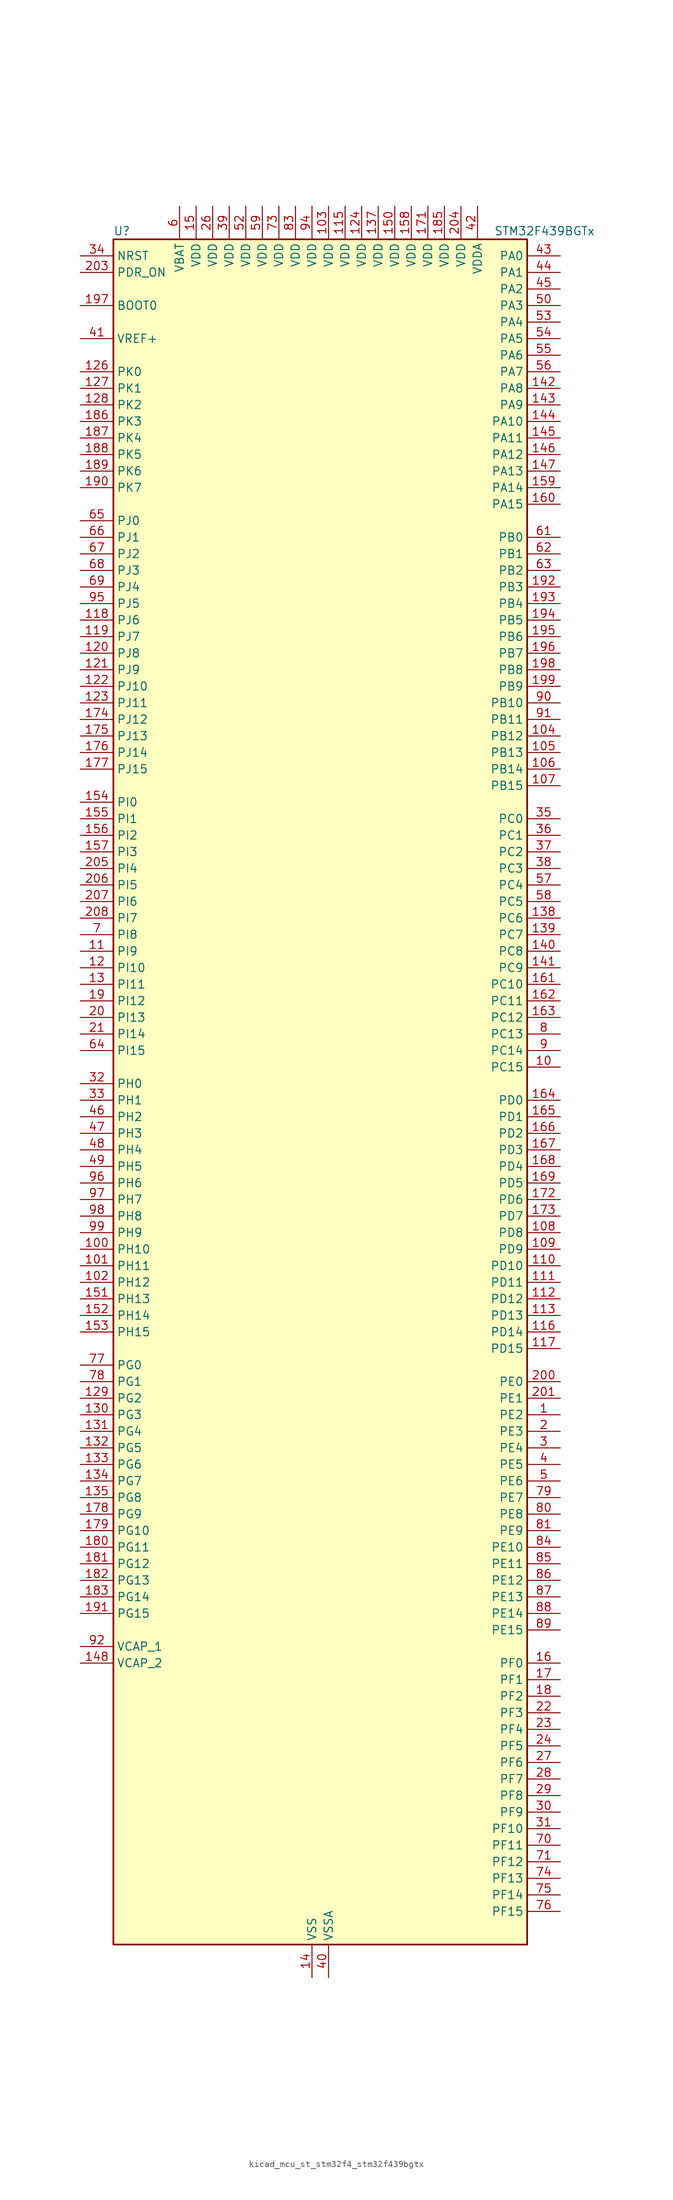
<source format=kicad_sym>
(kicad_symbol_lib
  (version 20220914)
  (generator kicad_symbol_editor)
  (symbol "kicad_mcu_st_stm32f4_stm32f439bgtx"
    (property "Reference" "U"
      (at -30.48 133.35 0)
      (effects (font (size 1.27 1.27)) (justify left)))
    (property "Value" "STM32F439BGTx"
      (at 27.94 133.35 0)
      (effects (font (size 1.27 1.27)) (justify left)))
    (property "ki_locked" ""
      (at 0 0 0)
      (effects (font (size 1.27 1.27))))
    (symbol "kicad_mcu_st_stm32f4_stm32f439bgtx_0_1"
      (rectangle (start -30.48 -129.54) (end 33.02 132.08) (stroke (width 0.254) (type default)) (fill (type background))))
    (symbol "kicad_mcu_st_stm32f4_stm32f439bgtx_1_1"
      (pin bidirectional line (at 38.1 -48.26 180) (length 5.08) (name "PE2" (effects (font (size 1.27 1.27)))) (number "1" (effects (font (size 1.27 1.27)))) (alternate "ETH_TXD3" bidirectional line) (alternate "FMC_A23" bidirectional line) (alternate "SAI1_MCLK_A" bidirectional line) (alternate "SPI4_SCK" bidirectional line) (alternate "SYS_TRACECLK" bidirectional line))
      (pin bidirectional line (at 38.1 5.08 180) (length 5.08) (name "PC15" (effects (font (size 1.27 1.27)))) (number "10" (effects (font (size 1.27 1.27)))) (alternate "ADC1_EXTI15" bidirectional line) (alternate "ADC2_EXTI15" bidirectional line) (alternate "ADC3_EXTI15" bidirectional line) (alternate "RCC_OSC32_OUT" bidirectional line))
      (pin bidirectional line (at -35.56 -22.86 0) (length 5.08) (name "PH10" (effects (font (size 1.27 1.27)))) (number "100" (effects (font (size 1.27 1.27)))) (alternate "DCMI_D1" bidirectional line) (alternate "FMC_D18" bidirectional line) (alternate "LTDC_R4" bidirectional line) (alternate "TIM5_CH1" bidirectional line))
      (pin bidirectional line (at -35.56 -25.4 0) (length 5.08) (name "PH11" (effects (font (size 1.27 1.27)))) (number "101" (effects (font (size 1.27 1.27)))) (alternate "ADC1_EXTI11" bidirectional line) (alternate "ADC2_EXTI11" bidirectional line) (alternate "ADC3_EXTI11" bidirectional line) (alternate "DCMI_D2" bidirectional line) (alternate "FMC_D19" bidirectional line) (alternate "LTDC_R5" bidirectional line) (alternate "TIM5_CH2" bidirectional line))
      (pin bidirectional line (at -35.56 -27.94 0) (length 5.08) (name "PH12" (effects (font (size 1.27 1.27)))) (number "102" (effects (font (size 1.27 1.27)))) (alternate "DCMI_D3" bidirectional line) (alternate "FMC_D20" bidirectional line) (alternate "LTDC_R6" bidirectional line) (alternate "TIM5_CH3" bidirectional line))
      (pin power_in line (at 2.54 137.16 270) (length 5.08) (name "VDD" (effects (font (size 1.27 1.27)))) (number "103" (effects (font (size 1.27 1.27)))))
      (pin bidirectional line (at 38.1 55.88 180) (length 5.08) (name "PB12" (effects (font (size 1.27 1.27)))) (number "104" (effects (font (size 1.27 1.27)))) (alternate "CAN2_RX" bidirectional line) (alternate "ETH_TXD0" bidirectional line) (alternate "I2C2_SMBA" bidirectional line) (alternate "I2S2_WS" bidirectional line) (alternate "SPI2_NSS" bidirectional line) (alternate "TIM1_BKIN" bidirectional line) (alternate "USART3_CK" bidirectional line) (alternate "USB_OTG_HS_ID" bidirectional line) (alternate "USB_OTG_HS_ULPI_D5" bidirectional line))
      (pin bidirectional line (at 38.1 53.34 180) (length 5.08) (name "PB13" (effects (font (size 1.27 1.27)))) (number "105" (effects (font (size 1.27 1.27)))) (alternate "CAN2_TX" bidirectional line) (alternate "ETH_TXD1" bidirectional line) (alternate "I2S2_CK" bidirectional line) (alternate "SPI2_SCK" bidirectional line) (alternate "TIM1_CH1N" bidirectional line) (alternate "USART3_CTS" bidirectional line) (alternate "USB_OTG_HS_ULPI_D6" bidirectional line) (alternate "USB_OTG_HS_VBUS" bidirectional line))
      (pin bidirectional line (at 38.1 50.8 180) (length 5.08) (name "PB14" (effects (font (size 1.27 1.27)))) (number "106" (effects (font (size 1.27 1.27)))) (alternate "I2S2_ext_SD" bidirectional line) (alternate "SPI2_MISO" bidirectional line) (alternate "TIM12_CH1" bidirectional line) (alternate "TIM1_CH2N" bidirectional line) (alternate "TIM8_CH2N" bidirectional line) (alternate "USART3_RTS" bidirectional line) (alternate "USB_OTG_HS_DM" bidirectional line))
      (pin bidirectional line (at 38.1 48.26 180) (length 5.08) (name "PB15" (effects (font (size 1.27 1.27)))) (number "107" (effects (font (size 1.27 1.27)))) (alternate "ADC1_EXTI15" bidirectional line) (alternate "ADC2_EXTI15" bidirectional line) (alternate "ADC3_EXTI15" bidirectional line) (alternate "I2S2_SD" bidirectional line) (alternate "RTC_REFIN" bidirectional line) (alternate "SPI2_MOSI" bidirectional line) (alternate "TIM12_CH2" bidirectional line) (alternate "TIM1_CH3N" bidirectional line) (alternate "TIM8_CH3N" bidirectional line) (alternate "USB_OTG_HS_DP" bidirectional line))
      (pin bidirectional line (at 38.1 -20.32 180) (length 5.08) (name "PD8" (effects (font (size 1.27 1.27)))) (number "108" (effects (font (size 1.27 1.27)))) (alternate "FMC_D13" bidirectional line) (alternate "FMC_DA13" bidirectional line) (alternate "USART3_TX" bidirectional line))
      (pin bidirectional line (at 38.1 -22.86 180) (length 5.08) (name "PD9" (effects (font (size 1.27 1.27)))) (number "109" (effects (font (size 1.27 1.27)))) (alternate "DAC_EXTI9" bidirectional line) (alternate "FMC_D14" bidirectional line) (alternate "FMC_DA14" bidirectional line) (alternate "USART3_RX" bidirectional line))
      (pin bidirectional line (at -35.56 22.86 0) (length 5.08) (name "PI9" (effects (font (size 1.27 1.27)))) (number "11" (effects (font (size 1.27 1.27)))) (alternate "CAN1_RX" bidirectional line) (alternate "DAC_EXTI9" bidirectional line) (alternate "FMC_D30" bidirectional line) (alternate "LTDC_VSYNC" bidirectional line))
      (pin bidirectional line (at 38.1 -25.4 180) (length 5.08) (name "PD10" (effects (font (size 1.27 1.27)))) (number "110" (effects (font (size 1.27 1.27)))) (alternate "FMC_D15" bidirectional line) (alternate "FMC_DA15" bidirectional line) (alternate "LTDC_B3" bidirectional line) (alternate "USART3_CK" bidirectional line))
      (pin bidirectional line (at 38.1 -27.94 180) (length 5.08) (name "PD11" (effects (font (size 1.27 1.27)))) (number "111" (effects (font (size 1.27 1.27)))) (alternate "ADC1_EXTI11" bidirectional line) (alternate "ADC2_EXTI11" bidirectional line) (alternate "ADC3_EXTI11" bidirectional line) (alternate "FMC_A16" bidirectional line) (alternate "FMC_CLE" bidirectional line) (alternate "USART3_CTS" bidirectional line))
      (pin bidirectional line (at 38.1 -30.48 180) (length 5.08) (name "PD12" (effects (font (size 1.27 1.27)))) (number "112" (effects (font (size 1.27 1.27)))) (alternate "FMC_A17" bidirectional line) (alternate "FMC_ALE" bidirectional line) (alternate "TIM4_CH1" bidirectional line) (alternate "USART3_RTS" bidirectional line))
      (pin bidirectional line (at 38.1 -33.02 180) (length 5.08) (name "PD13" (effects (font (size 1.27 1.27)))) (number "113" (effects (font (size 1.27 1.27)))) (alternate "FMC_A18" bidirectional line) (alternate "TIM4_CH2" bidirectional line))
      (pin passive line (at 0 -134.62 90) (length 5.08) hide (name "VSS" (effects (font (size 1.27 1.27)))) (number "114" (effects (font (size 1.27 1.27)))))
      (pin power_in line (at 5.08 137.16 270) (length 5.08) (name "VDD" (effects (font (size 1.27 1.27)))) (number "115" (effects (font (size 1.27 1.27)))))
      (pin bidirectional line (at 38.1 -35.56 180) (length 5.08) (name "PD14" (effects (font (size 1.27 1.27)))) (number "116" (effects (font (size 1.27 1.27)))) (alternate "FMC_D0" bidirectional line) (alternate "FMC_DA0" bidirectional line) (alternate "TIM4_CH3" bidirectional line))
      (pin bidirectional line (at 38.1 -38.1 180) (length 5.08) (name "PD15" (effects (font (size 1.27 1.27)))) (number "117" (effects (font (size 1.27 1.27)))) (alternate "ADC1_EXTI15" bidirectional line) (alternate "ADC2_EXTI15" bidirectional line) (alternate "ADC3_EXTI15" bidirectional line) (alternate "FMC_D1" bidirectional line) (alternate "FMC_DA1" bidirectional line) (alternate "TIM4_CH4" bidirectional line))
      (pin bidirectional line (at -35.56 73.66 0) (length 5.08) (name "PJ6" (effects (font (size 1.27 1.27)))) (number "118" (effects (font (size 1.27 1.27)))) (alternate "LTDC_R7" bidirectional line))
      (pin bidirectional line (at -35.56 71.12 0) (length 5.08) (name "PJ7" (effects (font (size 1.27 1.27)))) (number "119" (effects (font (size 1.27 1.27)))) (alternate "LTDC_G0" bidirectional line))
      (pin bidirectional line (at -35.56 20.32 0) (length 5.08) (name "PI10" (effects (font (size 1.27 1.27)))) (number "12" (effects (font (size 1.27 1.27)))) (alternate "ETH_RX_ER" bidirectional line) (alternate "FMC_D31" bidirectional line) (alternate "LTDC_HSYNC" bidirectional line))
      (pin bidirectional line (at -35.56 68.58 0) (length 5.08) (name "PJ8" (effects (font (size 1.27 1.27)))) (number "120" (effects (font (size 1.27 1.27)))) (alternate "LTDC_G1" bidirectional line))
      (pin bidirectional line (at -35.56 66.04 0) (length 5.08) (name "PJ9" (effects (font (size 1.27 1.27)))) (number "121" (effects (font (size 1.27 1.27)))) (alternate "DAC_EXTI9" bidirectional line) (alternate "LTDC_G2" bidirectional line))
      (pin bidirectional line (at -35.56 63.5 0) (length 5.08) (name "PJ10" (effects (font (size 1.27 1.27)))) (number "122" (effects (font (size 1.27 1.27)))) (alternate "LTDC_G3" bidirectional line))
      (pin bidirectional line (at -35.56 60.96 0) (length 5.08) (name "PJ11" (effects (font (size 1.27 1.27)))) (number "123" (effects (font (size 1.27 1.27)))) (alternate "ADC1_EXTI11" bidirectional line) (alternate "ADC2_EXTI11" bidirectional line) (alternate "ADC3_EXTI11" bidirectional line) (alternate "LTDC_G4" bidirectional line))
      (pin power_in line (at 7.62 137.16 270) (length 5.08) (name "VDD" (effects (font (size 1.27 1.27)))) (number "124" (effects (font (size 1.27 1.27)))))
      (pin passive line (at 0 -134.62 90) (length 5.08) hide (name "VSS" (effects (font (size 1.27 1.27)))) (number "125" (effects (font (size 1.27 1.27)))))
      (pin bidirectional line (at -35.56 111.76 0) (length 5.08) (name "PK0" (effects (font (size 1.27 1.27)))) (number "126" (effects (font (size 1.27 1.27)))) (alternate "LTDC_G5" bidirectional line))
      (pin bidirectional line (at -35.56 109.22 0) (length 5.08) (name "PK1" (effects (font (size 1.27 1.27)))) (number "127" (effects (font (size 1.27 1.27)))) (alternate "LTDC_G6" bidirectional line))
      (pin bidirectional line (at -35.56 106.68 0) (length 5.08) (name "PK2" (effects (font (size 1.27 1.27)))) (number "128" (effects (font (size 1.27 1.27)))) (alternate "LTDC_G7" bidirectional line))
      (pin bidirectional line (at -35.56 -45.72 0) (length 5.08) (name "PG2" (effects (font (size 1.27 1.27)))) (number "129" (effects (font (size 1.27 1.27)))) (alternate "FMC_A12" bidirectional line))
      (pin bidirectional line (at -35.56 17.78 0) (length 5.08) (name "PI11" (effects (font (size 1.27 1.27)))) (number "13" (effects (font (size 1.27 1.27)))) (alternate "ADC1_EXTI11" bidirectional line) (alternate "ADC2_EXTI11" bidirectional line) (alternate "ADC3_EXTI11" bidirectional line) (alternate "USB_OTG_HS_ULPI_DIR" bidirectional line))
      (pin bidirectional line (at -35.56 -48.26 0) (length 5.08) (name "PG3" (effects (font (size 1.27 1.27)))) (number "130" (effects (font (size 1.27 1.27)))) (alternate "FMC_A13" bidirectional line))
      (pin bidirectional line (at -35.56 -50.8 0) (length 5.08) (name "PG4" (effects (font (size 1.27 1.27)))) (number "131" (effects (font (size 1.27 1.27)))) (alternate "FMC_A14" bidirectional line) (alternate "FMC_BA0" bidirectional line))
      (pin bidirectional line (at -35.56 -53.34 0) (length 5.08) (name "PG5" (effects (font (size 1.27 1.27)))) (number "132" (effects (font (size 1.27 1.27)))) (alternate "FMC_A15" bidirectional line) (alternate "FMC_BA1" bidirectional line))
      (pin bidirectional line (at -35.56 -55.88 0) (length 5.08) (name "PG6" (effects (font (size 1.27 1.27)))) (number "133" (effects (font (size 1.27 1.27)))) (alternate "DCMI_D12" bidirectional line) (alternate "FMC_INT2" bidirectional line) (alternate "LTDC_R7" bidirectional line))
      (pin bidirectional line (at -35.56 -58.42 0) (length 5.08) (name "PG7" (effects (font (size 1.27 1.27)))) (number "134" (effects (font (size 1.27 1.27)))) (alternate "DCMI_D13" bidirectional line) (alternate "FMC_INT3" bidirectional line) (alternate "LTDC_CLK" bidirectional line) (alternate "USART6_CK" bidirectional line))
      (pin bidirectional line (at -35.56 -60.96 0) (length 5.08) (name "PG8" (effects (font (size 1.27 1.27)))) (number "135" (effects (font (size 1.27 1.27)))) (alternate "ETH_PPS_OUT" bidirectional line) (alternate "FMC_SDCLK" bidirectional line) (alternate "SPI6_NSS" bidirectional line) (alternate "USART6_RTS" bidirectional line))
      (pin passive line (at 0 -134.62 90) (length 5.08) hide (name "VSS" (effects (font (size 1.27 1.27)))) (number "136" (effects (font (size 1.27 1.27)))))
      (pin power_in line (at 10.16 137.16 270) (length 5.08) (name "VDD" (effects (font (size 1.27 1.27)))) (number "137" (effects (font (size 1.27 1.27)))))
      (pin bidirectional line (at 38.1 27.94 180) (length 5.08) (name "PC6" (effects (font (size 1.27 1.27)))) (number "138" (effects (font (size 1.27 1.27)))) (alternate "DCMI_D0" bidirectional line) (alternate "I2S2_MCK" bidirectional line) (alternate "LTDC_HSYNC" bidirectional line) (alternate "SDIO_D6" bidirectional line) (alternate "TIM3_CH1" bidirectional line) (alternate "TIM8_CH1" bidirectional line) (alternate "USART6_TX" bidirectional line))
      (pin bidirectional line (at 38.1 25.4 180) (length 5.08) (name "PC7" (effects (font (size 1.27 1.27)))) (number "139" (effects (font (size 1.27 1.27)))) (alternate "DCMI_D1" bidirectional line) (alternate "I2S3_MCK" bidirectional line) (alternate "LTDC_G6" bidirectional line) (alternate "SDIO_D7" bidirectional line) (alternate "TIM3_CH2" bidirectional line) (alternate "TIM8_CH2" bidirectional line) (alternate "USART6_RX" bidirectional line))
      (pin power_in line (at 0 -134.62 90) (length 5.08) (name "VSS" (effects (font (size 1.27 1.27)))) (number "14" (effects (font (size 1.27 1.27)))))
      (pin bidirectional line (at 38.1 22.86 180) (length 5.08) (name "PC8" (effects (font (size 1.27 1.27)))) (number "140" (effects (font (size 1.27 1.27)))) (alternate "DCMI_D2" bidirectional line) (alternate "SDIO_D0" bidirectional line) (alternate "TIM3_CH3" bidirectional line) (alternate "TIM8_CH3" bidirectional line) (alternate "USART6_CK" bidirectional line))
      (pin bidirectional line (at 38.1 20.32 180) (length 5.08) (name "PC9" (effects (font (size 1.27 1.27)))) (number "141" (effects (font (size 1.27 1.27)))) (alternate "DAC_EXTI9" bidirectional line) (alternate "DCMI_D3" bidirectional line) (alternate "I2C3_SDA" bidirectional line) (alternate "I2S_CKIN" bidirectional line) (alternate "RCC_MCO_2" bidirectional line) (alternate "SDIO_D1" bidirectional line) (alternate "TIM3_CH4" bidirectional line) (alternate "TIM8_CH4" bidirectional line))
      (pin bidirectional line (at 38.1 109.22 180) (length 5.08) (name "PA8" (effects (font (size 1.27 1.27)))) (number "142" (effects (font (size 1.27 1.27)))) (alternate "I2C3_SCL" bidirectional line) (alternate "LTDC_R6" bidirectional line) (alternate "RCC_MCO_1" bidirectional line) (alternate "TIM1_CH1" bidirectional line) (alternate "USART1_CK" bidirectional line) (alternate "USB_OTG_FS_SOF" bidirectional line))
      (pin bidirectional line (at 38.1 106.68 180) (length 5.08) (name "PA9" (effects (font (size 1.27 1.27)))) (number "143" (effects (font (size 1.27 1.27)))) (alternate "DAC_EXTI9" bidirectional line) (alternate "DCMI_D0" bidirectional line) (alternate "I2C3_SMBA" bidirectional line) (alternate "TIM1_CH2" bidirectional line) (alternate "USART1_TX" bidirectional line) (alternate "USB_OTG_FS_VBUS" bidirectional line))
      (pin bidirectional line (at 38.1 104.14 180) (length 5.08) (name "PA10" (effects (font (size 1.27 1.27)))) (number "144" (effects (font (size 1.27 1.27)))) (alternate "DCMI_D1" bidirectional line) (alternate "TIM1_CH3" bidirectional line) (alternate "USART1_RX" bidirectional line) (alternate "USB_OTG_FS_ID" bidirectional line))
      (pin bidirectional line (at 38.1 101.6 180) (length 5.08) (name "PA11" (effects (font (size 1.27 1.27)))) (number "145" (effects (font (size 1.27 1.27)))) (alternate "ADC1_EXTI11" bidirectional line) (alternate "ADC2_EXTI11" bidirectional line) (alternate "ADC3_EXTI11" bidirectional line) (alternate "CAN1_RX" bidirectional line) (alternate "LTDC_R4" bidirectional line) (alternate "TIM1_CH4" bidirectional line) (alternate "USART1_CTS" bidirectional line) (alternate "USB_OTG_FS_DM" bidirectional line))
      (pin bidirectional line (at 38.1 99.06 180) (length 5.08) (name "PA12" (effects (font (size 1.27 1.27)))) (number "146" (effects (font (size 1.27 1.27)))) (alternate "CAN1_TX" bidirectional line) (alternate "LTDC_R5" bidirectional line) (alternate "TIM1_ETR" bidirectional line) (alternate "USART1_RTS" bidirectional line) (alternate "USB_OTG_FS_DP" bidirectional line))
      (pin bidirectional line (at 38.1 96.52 180) (length 5.08) (name "PA13" (effects (font (size 1.27 1.27)))) (number "147" (effects (font (size 1.27 1.27)))) (alternate "SYS_JTMS-SWDIO" bidirectional line))
      (pin power_out line (at -35.56 -86.36 0) (length 5.08) (name "VCAP_2" (effects (font (size 1.27 1.27)))) (number "148" (effects (font (size 1.27 1.27)))))
      (pin passive line (at 0 -134.62 90) (length 5.08) hide (name "VSS" (effects (font (size 1.27 1.27)))) (number "149" (effects (font (size 1.27 1.27)))))
      (pin power_in line (at -17.78 137.16 270) (length 5.08) (name "VDD" (effects (font (size 1.27 1.27)))) (number "15" (effects (font (size 1.27 1.27)))))
      (pin power_in line (at 12.7 137.16 270) (length 5.08) (name "VDD" (effects (font (size 1.27 1.27)))) (number "150" (effects (font (size 1.27 1.27)))))
      (pin bidirectional line (at -35.56 -30.48 0) (length 5.08) (name "PH13" (effects (font (size 1.27 1.27)))) (number "151" (effects (font (size 1.27 1.27)))) (alternate "CAN1_TX" bidirectional line) (alternate "FMC_D21" bidirectional line) (alternate "LTDC_G2" bidirectional line) (alternate "TIM8_CH1N" bidirectional line))
      (pin bidirectional line (at -35.56 -33.02 0) (length 5.08) (name "PH14" (effects (font (size 1.27 1.27)))) (number "152" (effects (font (size 1.27 1.27)))) (alternate "DCMI_D4" bidirectional line) (alternate "FMC_D22" bidirectional line) (alternate "LTDC_G3" bidirectional line) (alternate "TIM8_CH2N" bidirectional line))
      (pin bidirectional line (at -35.56 -35.56 0) (length 5.08) (name "PH15" (effects (font (size 1.27 1.27)))) (number "153" (effects (font (size 1.27 1.27)))) (alternate "ADC1_EXTI15" bidirectional line) (alternate "ADC2_EXTI15" bidirectional line) (alternate "ADC3_EXTI15" bidirectional line) (alternate "DCMI_D11" bidirectional line) (alternate "FMC_D23" bidirectional line) (alternate "LTDC_G4" bidirectional line) (alternate "TIM8_CH3N" bidirectional line))
      (pin bidirectional line (at -35.56 45.72 0) (length 5.08) (name "PI0" (effects (font (size 1.27 1.27)))) (number "154" (effects (font (size 1.27 1.27)))) (alternate "DCMI_D13" bidirectional line) (alternate "FMC_D24" bidirectional line) (alternate "I2S2_WS" bidirectional line) (alternate "LTDC_G5" bidirectional line) (alternate "SPI2_NSS" bidirectional line) (alternate "TIM5_CH4" bidirectional line))
      (pin bidirectional line (at -35.56 43.18 0) (length 5.08) (name "PI1" (effects (font (size 1.27 1.27)))) (number "155" (effects (font (size 1.27 1.27)))) (alternate "DCMI_D8" bidirectional line) (alternate "FMC_D25" bidirectional line) (alternate "I2S2_CK" bidirectional line) (alternate "LTDC_G6" bidirectional line) (alternate "SPI2_SCK" bidirectional line))
      (pin bidirectional line (at -35.56 40.64 0) (length 5.08) (name "PI2" (effects (font (size 1.27 1.27)))) (number "156" (effects (font (size 1.27 1.27)))) (alternate "DCMI_D9" bidirectional line) (alternate "FMC_D26" bidirectional line) (alternate "I2S2_ext_SD" bidirectional line) (alternate "LTDC_G7" bidirectional line) (alternate "SPI2_MISO" bidirectional line) (alternate "TIM8_CH4" bidirectional line))
      (pin bidirectional line (at -35.56 38.1 0) (length 5.08) (name "PI3" (effects (font (size 1.27 1.27)))) (number "157" (effects (font (size 1.27 1.27)))) (alternate "DCMI_D10" bidirectional line) (alternate "FMC_D27" bidirectional line) (alternate "I2S2_SD" bidirectional line) (alternate "SPI2_MOSI" bidirectional line) (alternate "TIM8_ETR" bidirectional line))
      (pin power_in line (at 15.24 137.16 270) (length 5.08) (name "VDD" (effects (font (size 1.27 1.27)))) (number "158" (effects (font (size 1.27 1.27)))))
      (pin bidirectional line (at 38.1 93.98 180) (length 5.08) (name "PA14" (effects (font (size 1.27 1.27)))) (number "159" (effects (font (size 1.27 1.27)))) (alternate "SYS_JTCK-SWCLK" bidirectional line))
      (pin bidirectional line (at 38.1 -86.36 180) (length 5.08) (name "PF0" (effects (font (size 1.27 1.27)))) (number "16" (effects (font (size 1.27 1.27)))) (alternate "FMC_A0" bidirectional line) (alternate "I2C2_SDA" bidirectional line))
      (pin bidirectional line (at 38.1 91.44 180) (length 5.08) (name "PA15" (effects (font (size 1.27 1.27)))) (number "160" (effects (font (size 1.27 1.27)))) (alternate "ADC1_EXTI15" bidirectional line) (alternate "ADC2_EXTI15" bidirectional line) (alternate "ADC3_EXTI15" bidirectional line) (alternate "I2S3_WS" bidirectional line) (alternate "SPI1_NSS" bidirectional line) (alternate "SPI3_NSS" bidirectional line) (alternate "SYS_JTDI" bidirectional line) (alternate "TIM2_CH1" bidirectional line) (alternate "TIM2_ETR" bidirectional line))
      (pin bidirectional line (at 38.1 17.78 180) (length 5.08) (name "PC10" (effects (font (size 1.27 1.27)))) (number "161" (effects (font (size 1.27 1.27)))) (alternate "DCMI_D8" bidirectional line) (alternate "I2S3_CK" bidirectional line) (alternate "LTDC_R2" bidirectional line) (alternate "SDIO_D2" bidirectional line) (alternate "SPI3_SCK" bidirectional line) (alternate "UART4_TX" bidirectional line) (alternate "USART3_TX" bidirectional line))
      (pin bidirectional line (at 38.1 15.24 180) (length 5.08) (name "PC11" (effects (font (size 1.27 1.27)))) (number "162" (effects (font (size 1.27 1.27)))) (alternate "ADC1_EXTI11" bidirectional line) (alternate "ADC2_EXTI11" bidirectional line) (alternate "ADC3_EXTI11" bidirectional line) (alternate "DCMI_D4" bidirectional line) (alternate "I2S3_ext_SD" bidirectional line) (alternate "SDIO_D3" bidirectional line) (alternate "SPI3_MISO" bidirectional line) (alternate "UART4_RX" bidirectional line) (alternate "USART3_RX" bidirectional line))
      (pin bidirectional line (at 38.1 12.7 180) (length 5.08) (name "PC12" (effects (font (size 1.27 1.27)))) (number "163" (effects (font (size 1.27 1.27)))) (alternate "DCMI_D9" bidirectional line) (alternate "I2S3_SD" bidirectional line) (alternate "SDIO_CK" bidirectional line) (alternate "SPI3_MOSI" bidirectional line) (alternate "UART5_TX" bidirectional line) (alternate "USART3_CK" bidirectional line))
      (pin bidirectional line (at 38.1 0 180) (length 5.08) (name "PD0" (effects (font (size 1.27 1.27)))) (number "164" (effects (font (size 1.27 1.27)))) (alternate "CAN1_RX" bidirectional line) (alternate "FMC_D2" bidirectional line) (alternate "FMC_DA2" bidirectional line))
      (pin bidirectional line (at 38.1 -2.54 180) (length 5.08) (name "PD1" (effects (font (size 1.27 1.27)))) (number "165" (effects (font (size 1.27 1.27)))) (alternate "CAN1_TX" bidirectional line) (alternate "FMC_D3" bidirectional line) (alternate "FMC_DA3" bidirectional line))
      (pin bidirectional line (at 38.1 -5.08 180) (length 5.08) (name "PD2" (effects (font (size 1.27 1.27)))) (number "166" (effects (font (size 1.27 1.27)))) (alternate "DCMI_D11" bidirectional line) (alternate "SDIO_CMD" bidirectional line) (alternate "TIM3_ETR" bidirectional line) (alternate "UART5_RX" bidirectional line))
      (pin bidirectional line (at 38.1 -7.62 180) (length 5.08) (name "PD3" (effects (font (size 1.27 1.27)))) (number "167" (effects (font (size 1.27 1.27)))) (alternate "DCMI_D5" bidirectional line) (alternate "FMC_CLK" bidirectional line) (alternate "I2S2_CK" bidirectional line) (alternate "LTDC_G7" bidirectional line) (alternate "SPI2_SCK" bidirectional line) (alternate "USART2_CTS" bidirectional line))
      (pin bidirectional line (at 38.1 -10.16 180) (length 5.08) (name "PD4" (effects (font (size 1.27 1.27)))) (number "168" (effects (font (size 1.27 1.27)))) (alternate "FMC_NOE" bidirectional line) (alternate "USART2_RTS" bidirectional line))
      (pin bidirectional line (at 38.1 -12.7 180) (length 5.08) (name "PD5" (effects (font (size 1.27 1.27)))) (number "169" (effects (font (size 1.27 1.27)))) (alternate "FMC_NWE" bidirectional line) (alternate "USART2_TX" bidirectional line))
      (pin bidirectional line (at 38.1 -88.9 180) (length 5.08) (name "PF1" (effects (font (size 1.27 1.27)))) (number "17" (effects (font (size 1.27 1.27)))) (alternate "FMC_A1" bidirectional line) (alternate "I2C2_SCL" bidirectional line))
      (pin passive line (at 0 -134.62 90) (length 5.08) hide (name "VSS" (effects (font (size 1.27 1.27)))) (number "170" (effects (font (size 1.27 1.27)))))
      (pin power_in line (at 17.78 137.16 270) (length 5.08) (name "VDD" (effects (font (size 1.27 1.27)))) (number "171" (effects (font (size 1.27 1.27)))))
      (pin bidirectional line (at 38.1 -15.24 180) (length 5.08) (name "PD6" (effects (font (size 1.27 1.27)))) (number "172" (effects (font (size 1.27 1.27)))) (alternate "DCMI_D10" bidirectional line) (alternate "FMC_NWAIT" bidirectional line) (alternate "I2S3_SD" bidirectional line) (alternate "LTDC_B2" bidirectional line) (alternate "SAI1_SD_A" bidirectional line) (alternate "SPI3_MOSI" bidirectional line) (alternate "USART2_RX" bidirectional line))
      (pin bidirectional line (at 38.1 -17.78 180) (length 5.08) (name "PD7" (effects (font (size 1.27 1.27)))) (number "173" (effects (font (size 1.27 1.27)))) (alternate "FMC_NCE2" bidirectional line) (alternate "FMC_NE1" bidirectional line) (alternate "USART2_CK" bidirectional line))
      (pin bidirectional line (at -35.56 58.42 0) (length 5.08) (name "PJ12" (effects (font (size 1.27 1.27)))) (number "174" (effects (font (size 1.27 1.27)))) (alternate "LTDC_B0" bidirectional line))
      (pin bidirectional line (at -35.56 55.88 0) (length 5.08) (name "PJ13" (effects (font (size 1.27 1.27)))) (number "175" (effects (font (size 1.27 1.27)))) (alternate "LTDC_B1" bidirectional line))
      (pin bidirectional line (at -35.56 53.34 0) (length 5.08) (name "PJ14" (effects (font (size 1.27 1.27)))) (number "176" (effects (font (size 1.27 1.27)))) (alternate "LTDC_B2" bidirectional line))
      (pin bidirectional line (at -35.56 50.8 0) (length 5.08) (name "PJ15" (effects (font (size 1.27 1.27)))) (number "177" (effects (font (size 1.27 1.27)))) (alternate "ADC1_EXTI15" bidirectional line) (alternate "ADC2_EXTI15" bidirectional line) (alternate "ADC3_EXTI15" bidirectional line) (alternate "LTDC_B3" bidirectional line))
      (pin bidirectional line (at -35.56 -63.5 0) (length 5.08) (name "PG9" (effects (font (size 1.27 1.27)))) (number "178" (effects (font (size 1.27 1.27)))) (alternate "DAC_EXTI9" bidirectional line) (alternate "DCMI_VSYNC" bidirectional line) (alternate "FMC_NCE3" bidirectional line) (alternate "FMC_NE2" bidirectional line) (alternate "USART6_RX" bidirectional line))
      (pin bidirectional line (at -35.56 -66.04 0) (length 5.08) (name "PG10" (effects (font (size 1.27 1.27)))) (number "179" (effects (font (size 1.27 1.27)))) (alternate "DCMI_D2" bidirectional line) (alternate "FMC_NCE4_1" bidirectional line) (alternate "FMC_NE3" bidirectional line) (alternate "LTDC_B2" bidirectional line) (alternate "LTDC_G3" bidirectional line))
      (pin bidirectional line (at 38.1 -91.44 180) (length 5.08) (name "PF2" (effects (font (size 1.27 1.27)))) (number "18" (effects (font (size 1.27 1.27)))) (alternate "FMC_A2" bidirectional line) (alternate "I2C2_SMBA" bidirectional line))
      (pin bidirectional line (at -35.56 -68.58 0) (length 5.08) (name "PG11" (effects (font (size 1.27 1.27)))) (number "180" (effects (font (size 1.27 1.27)))) (alternate "ADC1_EXTI11" bidirectional line) (alternate "ADC2_EXTI11" bidirectional line) (alternate "ADC3_EXTI11" bidirectional line) (alternate "DCMI_D3" bidirectional line) (alternate "ETH_TX_EN" bidirectional line) (alternate "FMC_NCE4_2" bidirectional line) (alternate "LTDC_B3" bidirectional line))
      (pin bidirectional line (at -35.56 -71.12 0) (length 5.08) (name "PG12" (effects (font (size 1.27 1.27)))) (number "181" (effects (font (size 1.27 1.27)))) (alternate "FMC_NE4" bidirectional line) (alternate "LTDC_B1" bidirectional line) (alternate "LTDC_B4" bidirectional line) (alternate "SPI6_MISO" bidirectional line) (alternate "USART6_RTS" bidirectional line))
      (pin bidirectional line (at -35.56 -73.66 0) (length 5.08) (name "PG13" (effects (font (size 1.27 1.27)))) (number "182" (effects (font (size 1.27 1.27)))) (alternate "ETH_TXD0" bidirectional line) (alternate "FMC_A24" bidirectional line) (alternate "SPI6_SCK" bidirectional line) (alternate "USART6_CTS" bidirectional line))
      (pin bidirectional line (at -35.56 -76.2 0) (length 5.08) (name "PG14" (effects (font (size 1.27 1.27)))) (number "183" (effects (font (size 1.27 1.27)))) (alternate "ETH_TXD1" bidirectional line) (alternate "FMC_A25" bidirectional line) (alternate "SPI6_MOSI" bidirectional line) (alternate "USART6_TX" bidirectional line))
      (pin passive line (at 0 -134.62 90) (length 5.08) hide (name "VSS" (effects (font (size 1.27 1.27)))) (number "184" (effects (font (size 1.27 1.27)))))
      (pin power_in line (at 20.32 137.16 270) (length 5.08) (name "VDD" (effects (font (size 1.27 1.27)))) (number "185" (effects (font (size 1.27 1.27)))))
      (pin bidirectional line (at -35.56 104.14 0) (length 5.08) (name "PK3" (effects (font (size 1.27 1.27)))) (number "186" (effects (font (size 1.27 1.27)))) (alternate "LTDC_B4" bidirectional line))
      (pin bidirectional line (at -35.56 101.6 0) (length 5.08) (name "PK4" (effects (font (size 1.27 1.27)))) (number "187" (effects (font (size 1.27 1.27)))) (alternate "LTDC_B5" bidirectional line))
      (pin bidirectional line (at -35.56 99.06 0) (length 5.08) (name "PK5" (effects (font (size 1.27 1.27)))) (number "188" (effects (font (size 1.27 1.27)))) (alternate "LTDC_B6" bidirectional line))
      (pin bidirectional line (at -35.56 96.52 0) (length 5.08) (name "PK6" (effects (font (size 1.27 1.27)))) (number "189" (effects (font (size 1.27 1.27)))) (alternate "LTDC_B7" bidirectional line))
      (pin bidirectional line (at -35.56 15.24 0) (length 5.08) (name "PI12" (effects (font (size 1.27 1.27)))) (number "19" (effects (font (size 1.27 1.27)))) (alternate "LTDC_HSYNC" bidirectional line))
      (pin bidirectional line (at -35.56 93.98 0) (length 5.08) (name "PK7" (effects (font (size 1.27 1.27)))) (number "190" (effects (font (size 1.27 1.27)))) (alternate "LTDC_DE" bidirectional line))
      (pin bidirectional line (at -35.56 -78.74 0) (length 5.08) (name "PG15" (effects (font (size 1.27 1.27)))) (number "191" (effects (font (size 1.27 1.27)))) (alternate "ADC1_EXTI15" bidirectional line) (alternate "ADC2_EXTI15" bidirectional line) (alternate "ADC3_EXTI15" bidirectional line) (alternate "DCMI_D13" bidirectional line) (alternate "FMC_SDNCAS" bidirectional line) (alternate "USART6_CTS" bidirectional line))
      (pin bidirectional line (at 38.1 78.74 180) (length 5.08) (name "PB3" (effects (font (size 1.27 1.27)))) (number "192" (effects (font (size 1.27 1.27)))) (alternate "I2S3_CK" bidirectional line) (alternate "SPI1_SCK" bidirectional line) (alternate "SPI3_SCK" bidirectional line) (alternate "SYS_JTDO-SWO" bidirectional line) (alternate "TIM2_CH2" bidirectional line))
      (pin bidirectional line (at 38.1 76.2 180) (length 5.08) (name "PB4" (effects (font (size 1.27 1.27)))) (number "193" (effects (font (size 1.27 1.27)))) (alternate "I2S3_ext_SD" bidirectional line) (alternate "SPI1_MISO" bidirectional line) (alternate "SPI3_MISO" bidirectional line) (alternate "SYS_JTRST" bidirectional line) (alternate "TIM3_CH1" bidirectional line))
      (pin bidirectional line (at 38.1 73.66 180) (length 5.08) (name "PB5" (effects (font (size 1.27 1.27)))) (number "194" (effects (font (size 1.27 1.27)))) (alternate "CAN2_RX" bidirectional line) (alternate "DCMI_D10" bidirectional line) (alternate "ETH_PPS_OUT" bidirectional line) (alternate "FMC_SDCKE1" bidirectional line) (alternate "I2C1_SMBA" bidirectional line) (alternate "I2S3_SD" bidirectional line) (alternate "SPI1_MOSI" bidirectional line) (alternate "SPI3_MOSI" bidirectional line) (alternate "TIM3_CH2" bidirectional line) (alternate "USB_OTG_HS_ULPI_D7" bidirectional line))
      (pin bidirectional line (at 38.1 71.12 180) (length 5.08) (name "PB6" (effects (font (size 1.27 1.27)))) (number "195" (effects (font (size 1.27 1.27)))) (alternate "CAN2_TX" bidirectional line) (alternate "DCMI_D5" bidirectional line) (alternate "FMC_SDNE1" bidirectional line) (alternate "I2C1_SCL" bidirectional line) (alternate "TIM4_CH1" bidirectional line) (alternate "USART1_TX" bidirectional line))
      (pin bidirectional line (at 38.1 68.58 180) (length 5.08) (name "PB7" (effects (font (size 1.27 1.27)))) (number "196" (effects (font (size 1.27 1.27)))) (alternate "DCMI_VSYNC" bidirectional line) (alternate "FMC_NL" bidirectional line) (alternate "I2C1_SDA" bidirectional line) (alternate "TIM4_CH2" bidirectional line) (alternate "USART1_RX" bidirectional line))
      (pin input line (at -35.56 121.92 0) (length 5.08) (name "BOOT0" (effects (font (size 1.27 1.27)))) (number "197" (effects (font (size 1.27 1.27)))))
      (pin bidirectional line (at 38.1 66.04 180) (length 5.08) (name "PB8" (effects (font (size 1.27 1.27)))) (number "198" (effects (font (size 1.27 1.27)))) (alternate "CAN1_RX" bidirectional line) (alternate "DCMI_D6" bidirectional line) (alternate "ETH_TXD3" bidirectional line) (alternate "I2C1_SCL" bidirectional line) (alternate "LTDC_B6" bidirectional line) (alternate "SDIO_D4" bidirectional line) (alternate "TIM10_CH1" bidirectional line) (alternate "TIM4_CH3" bidirectional line))
      (pin bidirectional line (at 38.1 63.5 180) (length 5.08) (name "PB9" (effects (font (size 1.27 1.27)))) (number "199" (effects (font (size 1.27 1.27)))) (alternate "CAN1_TX" bidirectional line) (alternate "DAC_EXTI9" bidirectional line) (alternate "DCMI_D7" bidirectional line) (alternate "I2C1_SDA" bidirectional line) (alternate "I2S2_WS" bidirectional line) (alternate "LTDC_B7" bidirectional line) (alternate "SDIO_D5" bidirectional line) (alternate "SPI2_NSS" bidirectional line) (alternate "TIM11_CH1" bidirectional line) (alternate "TIM4_CH4" bidirectional line))
      (pin bidirectional line (at 38.1 -50.8 180) (length 5.08) (name "PE3" (effects (font (size 1.27 1.27)))) (number "2" (effects (font (size 1.27 1.27)))) (alternate "FMC_A19" bidirectional line) (alternate "SAI1_SD_B" bidirectional line) (alternate "SYS_TRACED0" bidirectional line))
      (pin bidirectional line (at -35.56 12.7 0) (length 5.08) (name "PI13" (effects (font (size 1.27 1.27)))) (number "20" (effects (font (size 1.27 1.27)))) (alternate "LTDC_VSYNC" bidirectional line))
      (pin bidirectional line (at 38.1 -43.18 180) (length 5.08) (name "PE0" (effects (font (size 1.27 1.27)))) (number "200" (effects (font (size 1.27 1.27)))) (alternate "DCMI_D2" bidirectional line) (alternate "FMC_NBL0" bidirectional line) (alternate "TIM4_ETR" bidirectional line) (alternate "UART8_RX" bidirectional line))
      (pin bidirectional line (at 38.1 -45.72 180) (length 5.08) (name "PE1" (effects (font (size 1.27 1.27)))) (number "201" (effects (font (size 1.27 1.27)))) (alternate "DCMI_D3" bidirectional line) (alternate "FMC_NBL1" bidirectional line) (alternate "UART8_TX" bidirectional line))
      (pin passive line (at 0 -134.62 90) (length 5.08) hide (name "VSS" (effects (font (size 1.27 1.27)))) (number "202" (effects (font (size 1.27 1.27)))))
      (pin input line (at -35.56 127 0) (length 5.08) (name "PDR_ON" (effects (font (size 1.27 1.27)))) (number "203" (effects (font (size 1.27 1.27)))))
      (pin power_in line (at 22.86 137.16 270) (length 5.08) (name "VDD" (effects (font (size 1.27 1.27)))) (number "204" (effects (font (size 1.27 1.27)))))
      (pin bidirectional line (at -35.56 35.56 0) (length 5.08) (name "PI4" (effects (font (size 1.27 1.27)))) (number "205" (effects (font (size 1.27 1.27)))) (alternate "DCMI_D5" bidirectional line) (alternate "FMC_NBL2" bidirectional line) (alternate "LTDC_B4" bidirectional line) (alternate "TIM8_BKIN" bidirectional line))
      (pin bidirectional line (at -35.56 33.02 0) (length 5.08) (name "PI5" (effects (font (size 1.27 1.27)))) (number "206" (effects (font (size 1.27 1.27)))) (alternate "DCMI_VSYNC" bidirectional line) (alternate "FMC_NBL3" bidirectional line) (alternate "LTDC_B5" bidirectional line) (alternate "TIM8_CH1" bidirectional line))
      (pin bidirectional line (at -35.56 30.48 0) (length 5.08) (name "PI6" (effects (font (size 1.27 1.27)))) (number "207" (effects (font (size 1.27 1.27)))) (alternate "DCMI_D6" bidirectional line) (alternate "FMC_D28" bidirectional line) (alternate "LTDC_B6" bidirectional line) (alternate "TIM8_CH2" bidirectional line))
      (pin bidirectional line (at -35.56 27.94 0) (length 5.08) (name "PI7" (effects (font (size 1.27 1.27)))) (number "208" (effects (font (size 1.27 1.27)))) (alternate "DCMI_D7" bidirectional line) (alternate "FMC_D29" bidirectional line) (alternate "LTDC_B7" bidirectional line) (alternate "TIM8_CH3" bidirectional line))
      (pin bidirectional line (at -35.56 10.16 0) (length 5.08) (name "PI14" (effects (font (size 1.27 1.27)))) (number "21" (effects (font (size 1.27 1.27)))) (alternate "LTDC_CLK" bidirectional line))
      (pin bidirectional line (at 38.1 -93.98 180) (length 5.08) (name "PF3" (effects (font (size 1.27 1.27)))) (number "22" (effects (font (size 1.27 1.27)))) (alternate "ADC3_IN9" bidirectional line) (alternate "FMC_A3" bidirectional line))
      (pin bidirectional line (at 38.1 -96.52 180) (length 5.08) (name "PF4" (effects (font (size 1.27 1.27)))) (number "23" (effects (font (size 1.27 1.27)))) (alternate "ADC3_IN14" bidirectional line) (alternate "FMC_A4" bidirectional line))
      (pin bidirectional line (at 38.1 -99.06 180) (length 5.08) (name "PF5" (effects (font (size 1.27 1.27)))) (number "24" (effects (font (size 1.27 1.27)))) (alternate "ADC3_IN15" bidirectional line) (alternate "FMC_A5" bidirectional line))
      (pin passive line (at 0 -134.62 90) (length 5.08) hide (name "VSS" (effects (font (size 1.27 1.27)))) (number "25" (effects (font (size 1.27 1.27)))))
      (pin power_in line (at -15.24 137.16 270) (length 5.08) (name "VDD" (effects (font (size 1.27 1.27)))) (number "26" (effects (font (size 1.27 1.27)))))
      (pin bidirectional line (at 38.1 -101.6 180) (length 5.08) (name "PF6" (effects (font (size 1.27 1.27)))) (number "27" (effects (font (size 1.27 1.27)))) (alternate "ADC3_IN4" bidirectional line) (alternate "FMC_NIORD" bidirectional line) (alternate "SAI1_SD_B" bidirectional line) (alternate "SPI5_NSS" bidirectional line) (alternate "TIM10_CH1" bidirectional line) (alternate "UART7_RX" bidirectional line))
      (pin bidirectional line (at 38.1 -104.14 180) (length 5.08) (name "PF7" (effects (font (size 1.27 1.27)))) (number "28" (effects (font (size 1.27 1.27)))) (alternate "ADC3_IN5" bidirectional line) (alternate "FMC_NREG" bidirectional line) (alternate "SAI1_MCLK_B" bidirectional line) (alternate "SPI5_SCK" bidirectional line) (alternate "TIM11_CH1" bidirectional line) (alternate "UART7_TX" bidirectional line))
      (pin bidirectional line (at 38.1 -106.68 180) (length 5.08) (name "PF8" (effects (font (size 1.27 1.27)))) (number "29" (effects (font (size 1.27 1.27)))) (alternate "ADC3_IN6" bidirectional line) (alternate "FMC_NIOWR" bidirectional line) (alternate "SAI1_SCK_B" bidirectional line) (alternate "SPI5_MISO" bidirectional line) (alternate "TIM13_CH1" bidirectional line))
      (pin bidirectional line (at 38.1 -53.34 180) (length 5.08) (name "PE4" (effects (font (size 1.27 1.27)))) (number "3" (effects (font (size 1.27 1.27)))) (alternate "DCMI_D4" bidirectional line) (alternate "FMC_A20" bidirectional line) (alternate "LTDC_B0" bidirectional line) (alternate "SAI1_FS_A" bidirectional line) (alternate "SPI4_NSS" bidirectional line) (alternate "SYS_TRACED1" bidirectional line))
      (pin bidirectional line (at 38.1 -109.22 180) (length 5.08) (name "PF9" (effects (font (size 1.27 1.27)))) (number "30" (effects (font (size 1.27 1.27)))) (alternate "ADC3_IN7" bidirectional line) (alternate "DAC_EXTI9" bidirectional line) (alternate "FMC_CD" bidirectional line) (alternate "SAI1_FS_B" bidirectional line) (alternate "SPI5_MOSI" bidirectional line) (alternate "TIM14_CH1" bidirectional line))
      (pin bidirectional line (at 38.1 -111.76 180) (length 5.08) (name "PF10" (effects (font (size 1.27 1.27)))) (number "31" (effects (font (size 1.27 1.27)))) (alternate "ADC3_IN8" bidirectional line) (alternate "DCMI_D11" bidirectional line) (alternate "FMC_INTR" bidirectional line) (alternate "LTDC_DE" bidirectional line))
      (pin bidirectional line (at -35.56 2.54 0) (length 5.08) (name "PH0" (effects (font (size 1.27 1.27)))) (number "32" (effects (font (size 1.27 1.27)))) (alternate "RCC_OSC_IN" bidirectional line))
      (pin bidirectional line (at -35.56 0 0) (length 5.08) (name "PH1" (effects (font (size 1.27 1.27)))) (number "33" (effects (font (size 1.27 1.27)))) (alternate "RCC_OSC_OUT" bidirectional line))
      (pin input line (at -35.56 129.54 0) (length 5.08) (name "NRST" (effects (font (size 1.27 1.27)))) (number "34" (effects (font (size 1.27 1.27)))))
      (pin bidirectional line (at 38.1 43.18 180) (length 5.08) (name "PC0" (effects (font (size 1.27 1.27)))) (number "35" (effects (font (size 1.27 1.27)))) (alternate "ADC1_IN10" bidirectional line) (alternate "ADC2_IN10" bidirectional line) (alternate "ADC3_IN10" bidirectional line) (alternate "FMC_SDNWE" bidirectional line) (alternate "USB_OTG_HS_ULPI_STP" bidirectional line))
      (pin bidirectional line (at 38.1 40.64 180) (length 5.08) (name "PC1" (effects (font (size 1.27 1.27)))) (number "36" (effects (font (size 1.27 1.27)))) (alternate "ADC1_IN11" bidirectional line) (alternate "ADC2_IN11" bidirectional line) (alternate "ADC3_IN11" bidirectional line) (alternate "ETH_MDC" bidirectional line))
      (pin bidirectional line (at 38.1 38.1 180) (length 5.08) (name "PC2" (effects (font (size 1.27 1.27)))) (number "37" (effects (font (size 1.27 1.27)))) (alternate "ADC1_IN12" bidirectional line) (alternate "ADC2_IN12" bidirectional line) (alternate "ADC3_IN12" bidirectional line) (alternate "ETH_TXD2" bidirectional line) (alternate "FMC_SDNE0" bidirectional line) (alternate "I2S2_ext_SD" bidirectional line) (alternate "SPI2_MISO" bidirectional line) (alternate "USB_OTG_HS_ULPI_DIR" bidirectional line))
      (pin bidirectional line (at 38.1 35.56 180) (length 5.08) (name "PC3" (effects (font (size 1.27 1.27)))) (number "38" (effects (font (size 1.27 1.27)))) (alternate "ADC1_IN13" bidirectional line) (alternate "ADC2_IN13" bidirectional line) (alternate "ADC3_IN13" bidirectional line) (alternate "ETH_TX_CLK" bidirectional line) (alternate "FMC_SDCKE0" bidirectional line) (alternate "I2S2_SD" bidirectional line) (alternate "SPI2_MOSI" bidirectional line) (alternate "USB_OTG_HS_ULPI_NXT" bidirectional line))
      (pin power_in line (at -12.7 137.16 270) (length 5.08) (name "VDD" (effects (font (size 1.27 1.27)))) (number "39" (effects (font (size 1.27 1.27)))))
      (pin bidirectional line (at 38.1 -55.88 180) (length 5.08) (name "PE5" (effects (font (size 1.27 1.27)))) (number "4" (effects (font (size 1.27 1.27)))) (alternate "DCMI_D6" bidirectional line) (alternate "FMC_A21" bidirectional line) (alternate "LTDC_G0" bidirectional line) (alternate "SAI1_SCK_A" bidirectional line) (alternate "SPI4_MISO" bidirectional line) (alternate "SYS_TRACED2" bidirectional line) (alternate "TIM9_CH1" bidirectional line))
      (pin power_in line (at 2.54 -134.62 90) (length 5.08) (name "VSSA" (effects (font (size 1.27 1.27)))) (number "40" (effects (font (size 1.27 1.27)))))
      (pin input line (at -35.56 116.84 0) (length 5.08) (name "VREF+" (effects (font (size 1.27 1.27)))) (number "41" (effects (font (size 1.27 1.27)))))
      (pin power_in line (at 25.4 137.16 270) (length 5.08) (name "VDDA" (effects (font (size 1.27 1.27)))) (number "42" (effects (font (size 1.27 1.27)))))
      (pin bidirectional line (at 38.1 129.54 180) (length 5.08) (name "PA0" (effects (font (size 1.27 1.27)))) (number "43" (effects (font (size 1.27 1.27)))) (alternate "ADC1_IN0" bidirectional line) (alternate "ADC2_IN0" bidirectional line) (alternate "ADC3_IN0" bidirectional line) (alternate "ETH_CRS" bidirectional line) (alternate "SYS_WKUP" bidirectional line) (alternate "TIM2_CH1" bidirectional line) (alternate "TIM2_ETR" bidirectional line) (alternate "TIM5_CH1" bidirectional line) (alternate "TIM8_ETR" bidirectional line) (alternate "UART4_TX" bidirectional line) (alternate "USART2_CTS" bidirectional line))
      (pin bidirectional line (at 38.1 127 180) (length 5.08) (name "PA1" (effects (font (size 1.27 1.27)))) (number "44" (effects (font (size 1.27 1.27)))) (alternate "ADC1_IN1" bidirectional line) (alternate "ADC2_IN1" bidirectional line) (alternate "ADC3_IN1" bidirectional line) (alternate "ETH_REF_CLK" bidirectional line) (alternate "ETH_RX_CLK" bidirectional line) (alternate "TIM2_CH2" bidirectional line) (alternate "TIM5_CH2" bidirectional line) (alternate "UART4_RX" bidirectional line) (alternate "USART2_RTS" bidirectional line))
      (pin bidirectional line (at 38.1 124.46 180) (length 5.08) (name "PA2" (effects (font (size 1.27 1.27)))) (number "45" (effects (font (size 1.27 1.27)))) (alternate "ADC1_IN2" bidirectional line) (alternate "ADC2_IN2" bidirectional line) (alternate "ADC3_IN2" bidirectional line) (alternate "ETH_MDIO" bidirectional line) (alternate "TIM2_CH3" bidirectional line) (alternate "TIM5_CH3" bidirectional line) (alternate "TIM9_CH1" bidirectional line) (alternate "USART2_TX" bidirectional line))
      (pin bidirectional line (at -35.56 -2.54 0) (length 5.08) (name "PH2" (effects (font (size 1.27 1.27)))) (number "46" (effects (font (size 1.27 1.27)))) (alternate "ETH_CRS" bidirectional line) (alternate "FMC_SDCKE0" bidirectional line) (alternate "LTDC_R0" bidirectional line))
      (pin bidirectional line (at -35.56 -5.08 0) (length 5.08) (name "PH3" (effects (font (size 1.27 1.27)))) (number "47" (effects (font (size 1.27 1.27)))) (alternate "ETH_COL" bidirectional line) (alternate "FMC_SDNE0" bidirectional line) (alternate "LTDC_R1" bidirectional line))
      (pin bidirectional line (at -35.56 -7.62 0) (length 5.08) (name "PH4" (effects (font (size 1.27 1.27)))) (number "48" (effects (font (size 1.27 1.27)))) (alternate "I2C2_SCL" bidirectional line) (alternate "USB_OTG_HS_ULPI_NXT" bidirectional line))
      (pin bidirectional line (at -35.56 -10.16 0) (length 5.08) (name "PH5" (effects (font (size 1.27 1.27)))) (number "49" (effects (font (size 1.27 1.27)))) (alternate "FMC_SDNWE" bidirectional line) (alternate "I2C2_SDA" bidirectional line) (alternate "SPI5_NSS" bidirectional line))
      (pin bidirectional line (at 38.1 -58.42 180) (length 5.08) (name "PE6" (effects (font (size 1.27 1.27)))) (number "5" (effects (font (size 1.27 1.27)))) (alternate "DCMI_D7" bidirectional line) (alternate "FMC_A22" bidirectional line) (alternate "LTDC_G1" bidirectional line) (alternate "SAI1_SD_A" bidirectional line) (alternate "SPI4_MOSI" bidirectional line) (alternate "SYS_TRACED3" bidirectional line) (alternate "TIM9_CH2" bidirectional line))
      (pin bidirectional line (at 38.1 121.92 180) (length 5.08) (name "PA3" (effects (font (size 1.27 1.27)))) (number "50" (effects (font (size 1.27 1.27)))) (alternate "ADC1_IN3" bidirectional line) (alternate "ADC2_IN3" bidirectional line) (alternate "ADC3_IN3" bidirectional line) (alternate "ETH_COL" bidirectional line) (alternate "LTDC_B5" bidirectional line) (alternate "TIM2_CH4" bidirectional line) (alternate "TIM5_CH4" bidirectional line) (alternate "TIM9_CH2" bidirectional line) (alternate "USART2_RX" bidirectional line) (alternate "USB_OTG_HS_ULPI_D0" bidirectional line))
      (pin passive line (at 0 -134.62 90) (length 5.08) hide (name "VSS" (effects (font (size 1.27 1.27)))) (number "51" (effects (font (size 1.27 1.27)))))
      (pin power_in line (at -10.16 137.16 270) (length 5.08) (name "VDD" (effects (font (size 1.27 1.27)))) (number "52" (effects (font (size 1.27 1.27)))))
      (pin bidirectional line (at 38.1 119.38 180) (length 5.08) (name "PA4" (effects (font (size 1.27 1.27)))) (number "53" (effects (font (size 1.27 1.27)))) (alternate "ADC1_IN4" bidirectional line) (alternate "ADC2_IN4" bidirectional line) (alternate "DAC_OUT1" bidirectional line) (alternate "DCMI_HSYNC" bidirectional line) (alternate "I2S3_WS" bidirectional line) (alternate "LTDC_VSYNC" bidirectional line) (alternate "SPI1_NSS" bidirectional line) (alternate "SPI3_NSS" bidirectional line) (alternate "USART2_CK" bidirectional line) (alternate "USB_OTG_HS_SOF" bidirectional line))
      (pin bidirectional line (at 38.1 116.84 180) (length 5.08) (name "PA5" (effects (font (size 1.27 1.27)))) (number "54" (effects (font (size 1.27 1.27)))) (alternate "ADC1_IN5" bidirectional line) (alternate "ADC2_IN5" bidirectional line) (alternate "DAC_OUT2" bidirectional line) (alternate "SPI1_SCK" bidirectional line) (alternate "TIM2_CH1" bidirectional line) (alternate "TIM2_ETR" bidirectional line) (alternate "TIM8_CH1N" bidirectional line) (alternate "USB_OTG_HS_ULPI_CK" bidirectional line))
      (pin bidirectional line (at 38.1 114.3 180) (length 5.08) (name "PA6" (effects (font (size 1.27 1.27)))) (number "55" (effects (font (size 1.27 1.27)))) (alternate "ADC1_IN6" bidirectional line) (alternate "ADC2_IN6" bidirectional line) (alternate "DCMI_PIXCLK" bidirectional line) (alternate "LTDC_G2" bidirectional line) (alternate "SPI1_MISO" bidirectional line) (alternate "TIM13_CH1" bidirectional line) (alternate "TIM1_BKIN" bidirectional line) (alternate "TIM3_CH1" bidirectional line) (alternate "TIM8_BKIN" bidirectional line))
      (pin bidirectional line (at 38.1 111.76 180) (length 5.08) (name "PA7" (effects (font (size 1.27 1.27)))) (number "56" (effects (font (size 1.27 1.27)))) (alternate "ADC1_IN7" bidirectional line) (alternate "ADC2_IN7" bidirectional line) (alternate "ETH_CRS_DV" bidirectional line) (alternate "ETH_RX_DV" bidirectional line) (alternate "SPI1_MOSI" bidirectional line) (alternate "TIM14_CH1" bidirectional line) (alternate "TIM1_CH1N" bidirectional line) (alternate "TIM3_CH2" bidirectional line) (alternate "TIM8_CH1N" bidirectional line))
      (pin bidirectional line (at 38.1 33.02 180) (length 5.08) (name "PC4" (effects (font (size 1.27 1.27)))) (number "57" (effects (font (size 1.27 1.27)))) (alternate "ADC1_IN14" bidirectional line) (alternate "ADC2_IN14" bidirectional line) (alternate "ETH_RXD0" bidirectional line))
      (pin bidirectional line (at 38.1 30.48 180) (length 5.08) (name "PC5" (effects (font (size 1.27 1.27)))) (number "58" (effects (font (size 1.27 1.27)))) (alternate "ADC1_IN15" bidirectional line) (alternate "ADC2_IN15" bidirectional line) (alternate "ETH_RXD1" bidirectional line))
      (pin power_in line (at -7.62 137.16 270) (length 5.08) (name "VDD" (effects (font (size 1.27 1.27)))) (number "59" (effects (font (size 1.27 1.27)))))
      (pin power_in line (at -20.32 137.16 270) (length 5.08) (name "VBAT" (effects (font (size 1.27 1.27)))) (number "6" (effects (font (size 1.27 1.27)))))
      (pin passive line (at 0 -134.62 90) (length 5.08) hide (name "VSS" (effects (font (size 1.27 1.27)))) (number "60" (effects (font (size 1.27 1.27)))))
      (pin bidirectional line (at 38.1 86.36 180) (length 5.08) (name "PB0" (effects (font (size 1.27 1.27)))) (number "61" (effects (font (size 1.27 1.27)))) (alternate "ADC1_IN8" bidirectional line) (alternate "ADC2_IN8" bidirectional line) (alternate "ETH_RXD2" bidirectional line) (alternate "LTDC_R3" bidirectional line) (alternate "TIM1_CH2N" bidirectional line) (alternate "TIM3_CH3" bidirectional line) (alternate "TIM8_CH2N" bidirectional line) (alternate "USB_OTG_HS_ULPI_D1" bidirectional line))
      (pin bidirectional line (at 38.1 83.82 180) (length 5.08) (name "PB1" (effects (font (size 1.27 1.27)))) (number "62" (effects (font (size 1.27 1.27)))) (alternate "ADC1_IN9" bidirectional line) (alternate "ADC2_IN9" bidirectional line) (alternate "ETH_RXD3" bidirectional line) (alternate "LTDC_R6" bidirectional line) (alternate "TIM1_CH3N" bidirectional line) (alternate "TIM3_CH4" bidirectional line) (alternate "TIM8_CH3N" bidirectional line) (alternate "USB_OTG_HS_ULPI_D2" bidirectional line))
      (pin bidirectional line (at 38.1 81.28 180) (length 5.08) (name "PB2" (effects (font (size 1.27 1.27)))) (number "63" (effects (font (size 1.27 1.27)))))
      (pin bidirectional line (at -35.56 7.62 0) (length 5.08) (name "PI15" (effects (font (size 1.27 1.27)))) (number "64" (effects (font (size 1.27 1.27)))) (alternate "ADC1_EXTI15" bidirectional line) (alternate "ADC2_EXTI15" bidirectional line) (alternate "ADC3_EXTI15" bidirectional line) (alternate "LTDC_R0" bidirectional line))
      (pin bidirectional line (at -35.56 88.9 0) (length 5.08) (name "PJ0" (effects (font (size 1.27 1.27)))) (number "65" (effects (font (size 1.27 1.27)))) (alternate "LTDC_R1" bidirectional line))
      (pin bidirectional line (at -35.56 86.36 0) (length 5.08) (name "PJ1" (effects (font (size 1.27 1.27)))) (number "66" (effects (font (size 1.27 1.27)))) (alternate "LTDC_R2" bidirectional line))
      (pin bidirectional line (at -35.56 83.82 0) (length 5.08) (name "PJ2" (effects (font (size 1.27 1.27)))) (number "67" (effects (font (size 1.27 1.27)))) (alternate "LTDC_R3" bidirectional line))
      (pin bidirectional line (at -35.56 81.28 0) (length 5.08) (name "PJ3" (effects (font (size 1.27 1.27)))) (number "68" (effects (font (size 1.27 1.27)))) (alternate "LTDC_R4" bidirectional line))
      (pin bidirectional line (at -35.56 78.74 0) (length 5.08) (name "PJ4" (effects (font (size 1.27 1.27)))) (number "69" (effects (font (size 1.27 1.27)))) (alternate "LTDC_R5" bidirectional line))
      (pin bidirectional line (at -35.56 25.4 0) (length 5.08) (name "PI8" (effects (font (size 1.27 1.27)))) (number "7" (effects (font (size 1.27 1.27)))) (alternate "RTC_AF2" bidirectional line))
      (pin bidirectional line (at 38.1 -114.3 180) (length 5.08) (name "PF11" (effects (font (size 1.27 1.27)))) (number "70" (effects (font (size 1.27 1.27)))) (alternate "ADC1_EXTI11" bidirectional line) (alternate "ADC2_EXTI11" bidirectional line) (alternate "ADC3_EXTI11" bidirectional line) (alternate "DCMI_D12" bidirectional line) (alternate "FMC_SDNRAS" bidirectional line) (alternate "SPI5_MOSI" bidirectional line))
      (pin bidirectional line (at 38.1 -116.84 180) (length 5.08) (name "PF12" (effects (font (size 1.27 1.27)))) (number "71" (effects (font (size 1.27 1.27)))) (alternate "FMC_A6" bidirectional line))
      (pin passive line (at 0 -134.62 90) (length 5.08) hide (name "VSS" (effects (font (size 1.27 1.27)))) (number "72" (effects (font (size 1.27 1.27)))))
      (pin power_in line (at -5.08 137.16 270) (length 5.08) (name "VDD" (effects (font (size 1.27 1.27)))) (number "73" (effects (font (size 1.27 1.27)))))
      (pin bidirectional line (at 38.1 -119.38 180) (length 5.08) (name "PF13" (effects (font (size 1.27 1.27)))) (number "74" (effects (font (size 1.27 1.27)))) (alternate "FMC_A7" bidirectional line))
      (pin bidirectional line (at 38.1 -121.92 180) (length 5.08) (name "PF14" (effects (font (size 1.27 1.27)))) (number "75" (effects (font (size 1.27 1.27)))) (alternate "FMC_A8" bidirectional line))
      (pin bidirectional line (at 38.1 -124.46 180) (length 5.08) (name "PF15" (effects (font (size 1.27 1.27)))) (number "76" (effects (font (size 1.27 1.27)))) (alternate "ADC1_EXTI15" bidirectional line) (alternate "ADC2_EXTI15" bidirectional line) (alternate "ADC3_EXTI15" bidirectional line) (alternate "FMC_A9" bidirectional line))
      (pin bidirectional line (at -35.56 -40.64 0) (length 5.08) (name "PG0" (effects (font (size 1.27 1.27)))) (number "77" (effects (font (size 1.27 1.27)))) (alternate "FMC_A10" bidirectional line))
      (pin bidirectional line (at -35.56 -43.18 0) (length 5.08) (name "PG1" (effects (font (size 1.27 1.27)))) (number "78" (effects (font (size 1.27 1.27)))) (alternate "FMC_A11" bidirectional line))
      (pin bidirectional line (at 38.1 -60.96 180) (length 5.08) (name "PE7" (effects (font (size 1.27 1.27)))) (number "79" (effects (font (size 1.27 1.27)))) (alternate "FMC_D4" bidirectional line) (alternate "FMC_DA4" bidirectional line) (alternate "TIM1_ETR" bidirectional line) (alternate "UART7_RX" bidirectional line))
      (pin bidirectional line (at 38.1 10.16 180) (length 5.08) (name "PC13" (effects (font (size 1.27 1.27)))) (number "8" (effects (font (size 1.27 1.27)))) (alternate "RTC_AF1" bidirectional line))
      (pin bidirectional line (at 38.1 -63.5 180) (length 5.08) (name "PE8" (effects (font (size 1.27 1.27)))) (number "80" (effects (font (size 1.27 1.27)))) (alternate "FMC_D5" bidirectional line) (alternate "FMC_DA5" bidirectional line) (alternate "TIM1_CH1N" bidirectional line) (alternate "UART7_TX" bidirectional line))
      (pin bidirectional line (at 38.1 -66.04 180) (length 5.08) (name "PE9" (effects (font (size 1.27 1.27)))) (number "81" (effects (font (size 1.27 1.27)))) (alternate "DAC_EXTI9" bidirectional line) (alternate "FMC_D6" bidirectional line) (alternate "FMC_DA6" bidirectional line) (alternate "TIM1_CH1" bidirectional line))
      (pin passive line (at 0 -134.62 90) (length 5.08) hide (name "VSS" (effects (font (size 1.27 1.27)))) (number "82" (effects (font (size 1.27 1.27)))))
      (pin power_in line (at -2.54 137.16 270) (length 5.08) (name "VDD" (effects (font (size 1.27 1.27)))) (number "83" (effects (font (size 1.27 1.27)))))
      (pin bidirectional line (at 38.1 -68.58 180) (length 5.08) (name "PE10" (effects (font (size 1.27 1.27)))) (number "84" (effects (font (size 1.27 1.27)))) (alternate "FMC_D7" bidirectional line) (alternate "FMC_DA7" bidirectional line) (alternate "TIM1_CH2N" bidirectional line))
      (pin bidirectional line (at 38.1 -71.12 180) (length 5.08) (name "PE11" (effects (font (size 1.27 1.27)))) (number "85" (effects (font (size 1.27 1.27)))) (alternate "ADC1_EXTI11" bidirectional line) (alternate "ADC2_EXTI11" bidirectional line) (alternate "ADC3_EXTI11" bidirectional line) (alternate "FMC_D8" bidirectional line) (alternate "FMC_DA8" bidirectional line) (alternate "LTDC_G3" bidirectional line) (alternate "SPI4_NSS" bidirectional line) (alternate "TIM1_CH2" bidirectional line))
      (pin bidirectional line (at 38.1 -73.66 180) (length 5.08) (name "PE12" (effects (font (size 1.27 1.27)))) (number "86" (effects (font (size 1.27 1.27)))) (alternate "FMC_D9" bidirectional line) (alternate "FMC_DA9" bidirectional line) (alternate "LTDC_B4" bidirectional line) (alternate "SPI4_SCK" bidirectional line) (alternate "TIM1_CH3N" bidirectional line))
      (pin bidirectional line (at 38.1 -76.2 180) (length 5.08) (name "PE13" (effects (font (size 1.27 1.27)))) (number "87" (effects (font (size 1.27 1.27)))) (alternate "FMC_D10" bidirectional line) (alternate "FMC_DA10" bidirectional line) (alternate "LTDC_DE" bidirectional line) (alternate "SPI4_MISO" bidirectional line) (alternate "TIM1_CH3" bidirectional line))
      (pin bidirectional line (at 38.1 -78.74 180) (length 5.08) (name "PE14" (effects (font (size 1.27 1.27)))) (number "88" (effects (font (size 1.27 1.27)))) (alternate "FMC_D11" bidirectional line) (alternate "FMC_DA11" bidirectional line) (alternate "LTDC_CLK" bidirectional line) (alternate "SPI4_MOSI" bidirectional line) (alternate "TIM1_CH4" bidirectional line))
      (pin bidirectional line (at 38.1 -81.28 180) (length 5.08) (name "PE15" (effects (font (size 1.27 1.27)))) (number "89" (effects (font (size 1.27 1.27)))) (alternate "ADC1_EXTI15" bidirectional line) (alternate "ADC2_EXTI15" bidirectional line) (alternate "ADC3_EXTI15" bidirectional line) (alternate "FMC_D12" bidirectional line) (alternate "FMC_DA12" bidirectional line) (alternate "LTDC_R7" bidirectional line) (alternate "TIM1_BKIN" bidirectional line))
      (pin bidirectional line (at 38.1 7.62 180) (length 5.08) (name "PC14" (effects (font (size 1.27 1.27)))) (number "9" (effects (font (size 1.27 1.27)))) (alternate "RCC_OSC32_IN" bidirectional line))
      (pin bidirectional line (at 38.1 60.96 180) (length 5.08) (name "PB10" (effects (font (size 1.27 1.27)))) (number "90" (effects (font (size 1.27 1.27)))) (alternate "ETH_RX_ER" bidirectional line) (alternate "I2C2_SCL" bidirectional line) (alternate "I2S2_CK" bidirectional line) (alternate "LTDC_G4" bidirectional line) (alternate "SPI2_SCK" bidirectional line) (alternate "TIM2_CH3" bidirectional line) (alternate "USART3_TX" bidirectional line) (alternate "USB_OTG_HS_ULPI_D3" bidirectional line))
      (pin bidirectional line (at 38.1 58.42 180) (length 5.08) (name "PB11" (effects (font (size 1.27 1.27)))) (number "91" (effects (font (size 1.27 1.27)))) (alternate "ADC1_EXTI11" bidirectional line) (alternate "ADC2_EXTI11" bidirectional line) (alternate "ADC3_EXTI11" bidirectional line) (alternate "ETH_TX_EN" bidirectional line) (alternate "I2C2_SDA" bidirectional line) (alternate "LTDC_G5" bidirectional line) (alternate "TIM2_CH4" bidirectional line) (alternate "USART3_RX" bidirectional line) (alternate "USB_OTG_HS_ULPI_D4" bidirectional line))
      (pin power_out line (at -35.56 -83.82 0) (length 5.08) (name "VCAP_1" (effects (font (size 1.27 1.27)))) (number "92" (effects (font (size 1.27 1.27)))))
      (pin passive line (at 0 -134.62 90) (length 5.08) hide (name "VSS" (effects (font (size 1.27 1.27)))) (number "93" (effects (font (size 1.27 1.27)))))
      (pin power_in line (at 0 137.16 270) (length 5.08) (name "VDD" (effects (font (size 1.27 1.27)))) (number "94" (effects (font (size 1.27 1.27)))))
      (pin bidirectional line (at -35.56 76.2 0) (length 5.08) (name "PJ5" (effects (font (size 1.27 1.27)))) (number "95" (effects (font (size 1.27 1.27)))) (alternate "LTDC_R6" bidirectional line))
      (pin bidirectional line (at -35.56 -12.7 0) (length 5.08) (name "PH6" (effects (font (size 1.27 1.27)))) (number "96" (effects (font (size 1.27 1.27)))) (alternate "DCMI_D8" bidirectional line) (alternate "ETH_RXD2" bidirectional line) (alternate "FMC_SDNE1" bidirectional line) (alternate "I2C2_SMBA" bidirectional line) (alternate "SPI5_SCK" bidirectional line) (alternate "TIM12_CH1" bidirectional line))
      (pin bidirectional line (at -35.56 -15.24 0) (length 5.08) (name "PH7" (effects (font (size 1.27 1.27)))) (number "97" (effects (font (size 1.27 1.27)))) (alternate "DCMI_D9" bidirectional line) (alternate "ETH_RXD3" bidirectional line) (alternate "FMC_SDCKE1" bidirectional line) (alternate "I2C3_SCL" bidirectional line) (alternate "SPI5_MISO" bidirectional line))
      (pin bidirectional line (at -35.56 -17.78 0) (length 5.08) (name "PH8" (effects (font (size 1.27 1.27)))) (number "98" (effects (font (size 1.27 1.27)))) (alternate "DCMI_HSYNC" bidirectional line) (alternate "FMC_D16" bidirectional line) (alternate "I2C3_SDA" bidirectional line) (alternate "LTDC_R2" bidirectional line))
      (pin bidirectional line (at -35.56 -20.32 0) (length 5.08) (name "PH9" (effects (font (size 1.27 1.27)))) (number "99" (effects (font (size 1.27 1.27)))) (alternate "DAC_EXTI9" bidirectional line) (alternate "DCMI_D0" bidirectional line) (alternate "FMC_D17" bidirectional line) (alternate "I2C3_SMBA" bidirectional line) (alternate "LTDC_R3" bidirectional line) (alternate "TIM12_CH2" bidirectional line)))))
</source>
